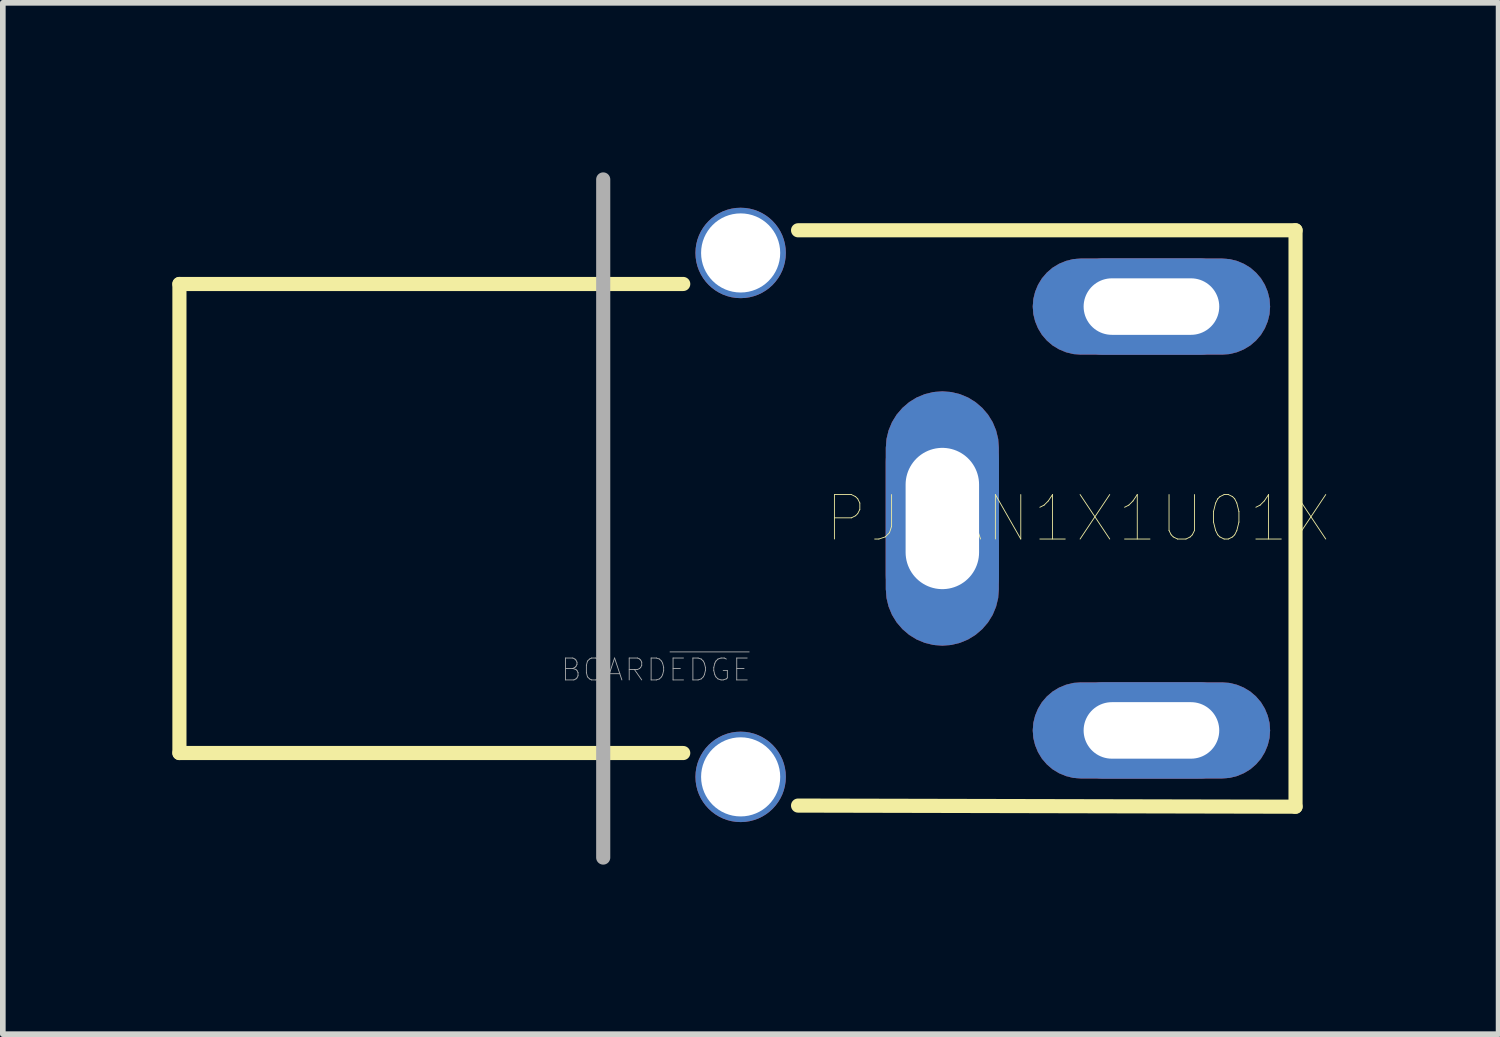
<source format=kicad_pcb>
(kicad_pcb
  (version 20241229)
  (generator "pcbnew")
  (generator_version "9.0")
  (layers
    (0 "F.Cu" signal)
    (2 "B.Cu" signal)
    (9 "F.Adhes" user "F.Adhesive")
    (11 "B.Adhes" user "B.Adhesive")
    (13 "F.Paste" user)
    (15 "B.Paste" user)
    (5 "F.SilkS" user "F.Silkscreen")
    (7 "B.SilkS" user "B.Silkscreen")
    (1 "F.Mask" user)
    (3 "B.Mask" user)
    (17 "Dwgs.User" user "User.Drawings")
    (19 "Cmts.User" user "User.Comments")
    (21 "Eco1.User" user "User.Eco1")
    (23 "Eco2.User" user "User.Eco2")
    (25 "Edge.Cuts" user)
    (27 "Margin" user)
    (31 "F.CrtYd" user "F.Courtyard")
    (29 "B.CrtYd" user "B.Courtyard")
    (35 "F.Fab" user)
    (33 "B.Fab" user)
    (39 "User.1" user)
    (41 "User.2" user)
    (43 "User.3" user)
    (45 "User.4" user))
  (footprint "PJRAN1X1U01X"
    (layer "F.Cu")
    (at 16.025 6.125)
    (property "Reference" "PJRAN1X1U01X" (at 0 0 0) (layer "F.SilkS") (effects (font (size 0.787 0.787) (thickness 0.015))))
    (attr through_hole)
    (fp_poly (pts (xy -1.401 -1.25) (xy -1.413 -1.406) (xy -1.45 -1.559) (xy -1.51 -1.704) (xy -1.592 -1.837) (xy -1.694 -1.956) (xy -1.813 -2.058) (xy -1.946 -2.14) (xy -2.091 -2.2) (xy -2.244 -2.237) (xy -2.4 -2.249) (xy -2.556 -2.237) (xy -2.709 -2.2) (xy -2.854 -2.14) (xy -2.987 -2.058) (xy -3.106 -1.956) (xy -3.208 -1.837) (xy -3.29 -1.704) (xy -3.35 -1.559) (xy -3.387 -1.406) (xy -3.399 -1.25) (xy -3.399 1.25) (xy -3.387 1.406) (xy -3.35 1.559) (xy -3.29 1.704) (xy -3.208 1.837) (xy -3.106 1.956) (xy -2.987 2.058) (xy -2.854 2.14) (xy -2.709 2.2) (xy -2.556 2.237) (xy -2.4 2.249) (xy -2.244 2.237) (xy -2.091 2.2) (xy -1.946 2.14) (xy -1.813 2.058) (xy -1.694 1.956) (xy -1.592 1.837) (xy -1.51 1.704) (xy -1.45 1.559) (xy -1.413 1.406) (xy -1.401 1.25)) (stroke (width 0.002) (type solid)) (fill yes) (layer "F.Cu"))
    (fp_poly (pts (xy 0.05 -4.599) (xy -0.083 -4.589) (xy -0.212 -4.557) (xy -0.335 -4.506) (xy -0.449 -4.437) (xy -0.55 -4.35) (xy -0.637 -4.249) (xy -0.706 -4.135) (xy -0.757 -4.012) (xy -0.789 -3.883) (xy -0.799 -3.75) (xy -0.789 -3.617) (xy -0.757 -3.488) (xy -0.706 -3.365) (xy -0.637 -3.251) (xy -0.55 -3.15) (xy -0.449 -3.063) (xy -0.335 -2.994) (xy -0.212 -2.943) (xy -0.083 -2.911) (xy 0.05 -2.901) (xy 2.55 -2.901) (xy 2.683 -2.911) (xy 2.812 -2.943) (xy 2.935 -2.994) (xy 3.049 -3.063) (xy 3.15 -3.15) (xy 3.237 -3.251) (xy 3.306 -3.365) (xy 3.357 -3.488) (xy 3.389 -3.617) (xy 3.399 -3.75) (xy 3.389 -3.883) (xy 3.357 -4.012) (xy 3.306 -4.135) (xy 3.237 -4.249) (xy 3.15 -4.35) (xy 3.049 -4.437) (xy 2.935 -4.506) (xy 2.812 -4.557) (xy 2.683 -4.589) (xy 2.55 -4.599)) (stroke (width 0.002) (type solid)) (fill yes) (layer "F.Cu"))
    (fp_poly (pts (xy 0.05 2.901) (xy -0.083 2.911) (xy -0.212 2.943) (xy -0.335 2.994) (xy -0.449 3.063) (xy -0.55 3.15) (xy -0.637 3.251) (xy -0.706 3.365) (xy -0.757 3.488) (xy -0.789 3.617) (xy -0.799 3.75) (xy -0.789 3.883) (xy -0.757 4.012) (xy -0.706 4.135) (xy -0.637 4.249) (xy -0.55 4.35) (xy -0.449 4.437) (xy -0.335 4.506) (xy -0.212 4.557) (xy -0.083 4.589) (xy 0.05 4.599) (xy 2.55 4.599) (xy 2.683 4.589) (xy 2.812 4.557) (xy 2.935 4.506) (xy 3.049 4.437) (xy 3.15 4.35) (xy 3.237 4.249) (xy 3.306 4.135) (xy 3.357 4.012) (xy 3.389 3.883) (xy 3.399 3.75) (xy 3.389 3.617) (xy 3.357 3.488) (xy 3.306 3.365) (xy 3.237 3.251) (xy 3.15 3.15) (xy 3.049 3.063) (xy 2.935 2.994) (xy 2.812 2.943) (xy 2.683 2.911) (xy 2.55 2.901)) (stroke (width 0.002) (type solid)) (fill yes) (layer "F.Cu"))
    (fp_poly (pts (xy -3.502 1.25) (xy -3.488 1.422) (xy -3.448 1.59) (xy -3.382 1.75) (xy -3.291 1.898) (xy -3.179 2.029) (xy -3.048 2.141) (xy -2.9 2.232) (xy -2.74 2.298) (xy -2.572 2.338) (xy -2.4 2.352) (xy -2.228 2.338) (xy -2.06 2.298) (xy -1.9 2.232) (xy -1.752 2.141) (xy -1.621 2.029) (xy -1.509 1.898) (xy -1.418 1.75) (xy -1.352 1.59) (xy -1.312 1.422) (xy -1.298 1.25) (xy -1.298 -1.25) (xy -1.312 -1.422) (xy -1.352 -1.59) (xy -1.418 -1.75) (xy -1.509 -1.898) (xy -1.621 -2.029) (xy -1.752 -2.141) (xy -1.9 -2.232) (xy -2.06 -2.298) (xy -2.228 -2.338) (xy -2.4 -2.352) (xy -2.572 -2.338) (xy -2.74 -2.298) (xy -2.9 -2.232) (xy -3.048 -2.141) (xy -3.179 -2.029) (xy -3.291 -1.898) (xy -3.382 -1.75) (xy -3.448 -1.59) (xy -3.488 -1.422) (xy -3.502 -1.25)) (stroke (width 0.002) (type solid)) (fill yes) (layer "F.Mask"))
    (fp_poly (pts (xy 0.05 -4.702) (xy -0.099 -4.69) (xy -0.244 -4.655) (xy -0.382 -4.598) (xy -0.509 -4.52) (xy -0.623 -4.423) (xy -0.72 -4.309) (xy -0.798 -4.182) (xy -0.855 -4.044) (xy -0.89 -3.899) (xy -0.902 -3.75) (xy -0.89 -3.601) (xy -0.855 -3.456) (xy -0.798 -3.318) (xy -0.72 -3.191) (xy -0.623 -3.077) (xy -0.509 -2.98) (xy -0.382 -2.902) (xy -0.244 -2.845) (xy -0.099 -2.81) (xy 0.05 -2.798) (xy 2.55 -2.798) (xy 2.699 -2.81) (xy 2.844 -2.845) (xy 2.982 -2.902) (xy 3.109 -2.98) (xy 3.223 -3.077) (xy 3.32 -3.191) (xy 3.398 -3.318) (xy 3.455 -3.456) (xy 3.49 -3.601) (xy 3.502 -3.75) (xy 3.49 -3.899) (xy 3.455 -4.044) (xy 3.398 -4.182) (xy 3.32 -4.309) (xy 3.223 -4.423) (xy 3.109 -4.52) (xy 2.982 -4.598) (xy 2.844 -4.655) (xy 2.699 -4.69) (xy 2.55 -4.702)) (stroke (width 0.002) (type solid)) (fill yes) (layer "F.Mask"))
    (fp_poly (pts (xy 0.05 2.798) (xy -0.099 2.81) (xy -0.244 2.845) (xy -0.382 2.902) (xy -0.509 2.98) (xy -0.623 3.077) (xy -0.72 3.191) (xy -0.798 3.318) (xy -0.855 3.456) (xy -0.89 3.601) (xy -0.902 3.75) (xy -0.89 3.899) (xy -0.855 4.044) (xy -0.798 4.182) (xy -0.72 4.309) (xy -0.623 4.423) (xy -0.509 4.52) (xy -0.382 4.598) (xy -0.244 4.655) (xy -0.099 4.69) (xy 0.05 4.702) (xy 2.55 4.702) (xy 2.699 4.69) (xy 2.844 4.655) (xy 2.982 4.598) (xy 3.109 4.52) (xy 3.223 4.423) (xy 3.32 4.309) (xy 3.398 4.182) (xy 3.455 4.044) (xy 3.49 3.899) (xy 3.502 3.75) (xy 3.49 3.601) (xy 3.455 3.456) (xy 3.398 3.318) (xy 3.32 3.191) (xy 3.223 3.077) (xy 3.109 2.98) (xy 2.982 2.902) (xy 2.844 2.845) (xy 2.699 2.81) (xy 2.55 2.798)) (stroke (width 0.002) (type solid)) (fill yes) (layer "F.Mask"))
    (fp_poly (pts (xy -1.401 -1.25) (xy -1.413 -1.406) (xy -1.45 -1.559) (xy -1.51 -1.704) (xy -1.592 -1.837) (xy -1.694 -1.956) (xy -1.813 -2.058) (xy -1.946 -2.14) (xy -2.091 -2.2) (xy -2.244 -2.237) (xy -2.4 -2.249) (xy -2.556 -2.237) (xy -2.709 -2.2) (xy -2.854 -2.14) (xy -2.987 -2.058) (xy -3.106 -1.956) (xy -3.208 -1.837) (xy -3.29 -1.704) (xy -3.35 -1.559) (xy -3.387 -1.406) (xy -3.399 -1.25) (xy -3.399 1.25) (xy -3.387 1.406) (xy -3.35 1.559) (xy -3.29 1.704) (xy -3.208 1.837) (xy -3.106 1.956) (xy -2.987 2.058) (xy -2.854 2.14) (xy -2.709 2.2) (xy -2.556 2.237) (xy -2.4 2.249) (xy -2.244 2.237) (xy -2.091 2.2) (xy -1.946 2.14) (xy -1.813 2.058) (xy -1.694 1.956) (xy -1.592 1.837) (xy -1.51 1.704) (xy -1.45 1.559) (xy -1.413 1.406) (xy -1.401 1.25)) (stroke (width 0.002) (type solid)) (fill yes) (layer "B.Cu"))
    (fp_poly (pts (xy 0.05 -4.599) (xy -0.083 -4.589) (xy -0.212 -4.557) (xy -0.335 -4.506) (xy -0.449 -4.437) (xy -0.55 -4.35) (xy -0.637 -4.249) (xy -0.706 -4.135) (xy -0.757 -4.012) (xy -0.789 -3.883) (xy -0.799 -3.75) (xy -0.789 -3.617) (xy -0.757 -3.488) (xy -0.706 -3.365) (xy -0.637 -3.251) (xy -0.55 -3.15) (xy -0.449 -3.063) (xy -0.335 -2.994) (xy -0.212 -2.943) (xy -0.083 -2.911) (xy 0.05 -2.901) (xy 2.55 -2.901) (xy 2.683 -2.911) (xy 2.812 -2.943) (xy 2.935 -2.994) (xy 3.049 -3.063) (xy 3.15 -3.15) (xy 3.237 -3.251) (xy 3.306 -3.365) (xy 3.357 -3.488) (xy 3.389 -3.617) (xy 3.399 -3.75) (xy 3.389 -3.883) (xy 3.357 -4.012) (xy 3.306 -4.135) (xy 3.237 -4.249) (xy 3.15 -4.35) (xy 3.049 -4.437) (xy 2.935 -4.506) (xy 2.812 -4.557) (xy 2.683 -4.589) (xy 2.55 -4.599)) (stroke (width 0.002) (type solid)) (fill yes) (layer "B.Cu"))
    (fp_poly (pts (xy 0.05 2.901) (xy -0.083 2.911) (xy -0.212 2.943) (xy -0.335 2.994) (xy -0.449 3.063) (xy -0.55 3.15) (xy -0.637 3.251) (xy -0.706 3.365) (xy -0.757 3.488) (xy -0.789 3.617) (xy -0.799 3.75) (xy -0.789 3.883) (xy -0.757 4.012) (xy -0.706 4.135) (xy -0.637 4.249) (xy -0.55 4.35) (xy -0.449 4.437) (xy -0.335 4.506) (xy -0.212 4.557) (xy -0.083 4.589) (xy 0.05 4.599) (xy 2.55 4.599) (xy 2.683 4.589) (xy 2.812 4.557) (xy 2.935 4.506) (xy 3.049 4.437) (xy 3.15 4.35) (xy 3.237 4.249) (xy 3.306 4.135) (xy 3.357 4.012) (xy 3.389 3.883) (xy 3.399 3.75) (xy 3.389 3.617) (xy 3.357 3.488) (xy 3.306 3.365) (xy 3.237 3.251) (xy 3.15 3.15) (xy 3.049 3.063) (xy 2.935 2.994) (xy 2.812 2.943) (xy 2.683 2.911) (xy 2.55 2.901)) (stroke (width 0.002) (type solid)) (fill yes) (layer "B.Cu"))
    (fp_poly (pts (xy -3.502 1.25) (xy -3.488 1.422) (xy -3.448 1.59) (xy -3.382 1.75) (xy -3.291 1.898) (xy -3.179 2.029) (xy -3.048 2.141) (xy -2.9 2.232) (xy -2.74 2.298) (xy -2.572 2.338) (xy -2.4 2.352) (xy -2.228 2.338) (xy -2.06 2.298) (xy -1.9 2.232) (xy -1.752 2.141) (xy -1.621 2.029) (xy -1.509 1.898) (xy -1.418 1.75) (xy -1.352 1.59) (xy -1.312 1.422) (xy -1.298 1.25) (xy -1.298 -1.25) (xy -1.312 -1.422) (xy -1.352 -1.59) (xy -1.418 -1.75) (xy -1.509 -1.898) (xy -1.621 -2.029) (xy -1.752 -2.141) (xy -1.9 -2.232) (xy -2.06 -2.298) (xy -2.228 -2.338) (xy -2.4 -2.352) (xy -2.572 -2.338) (xy -2.74 -2.298) (xy -2.9 -2.232) (xy -3.048 -2.141) (xy -3.179 -2.029) (xy -3.291 -1.898) (xy -3.382 -1.75) (xy -3.448 -1.59) (xy -3.488 -1.422) (xy -3.502 -1.25)) (stroke (width 0.002) (type solid)) (fill yes) (layer "B.Mask"))
    (fp_poly (pts (xy 0.05 -4.702) (xy -0.099 -4.69) (xy -0.244 -4.655) (xy -0.382 -4.598) (xy -0.509 -4.52) (xy -0.623 -4.423) (xy -0.72 -4.309) (xy -0.798 -4.182) (xy -0.855 -4.044) (xy -0.89 -3.899) (xy -0.902 -3.75) (xy -0.89 -3.601) (xy -0.855 -3.456) (xy -0.798 -3.318) (xy -0.72 -3.191) (xy -0.623 -3.077) (xy -0.509 -2.98) (xy -0.382 -2.902) (xy -0.244 -2.845) (xy -0.099 -2.81) (xy 0.05 -2.798) (xy 2.55 -2.798) (xy 2.699 -2.81) (xy 2.844 -2.845) (xy 2.982 -2.902) (xy 3.109 -2.98) (xy 3.223 -3.077) (xy 3.32 -3.191) (xy 3.398 -3.318) (xy 3.455 -3.456) (xy 3.49 -3.601) (xy 3.502 -3.75) (xy 3.49 -3.899) (xy 3.455 -4.044) (xy 3.398 -4.182) (xy 3.32 -4.309) (xy 3.223 -4.423) (xy 3.109 -4.52) (xy 2.982 -4.598) (xy 2.844 -4.655) (xy 2.699 -4.69) (xy 2.55 -4.702)) (stroke (width 0.002) (type solid)) (fill yes) (layer "B.Mask"))
    (fp_poly (pts (xy 0.05 2.798) (xy -0.099 2.81) (xy -0.244 2.845) (xy -0.382 2.902) (xy -0.509 2.98) (xy -0.623 3.077) (xy -0.72 3.191) (xy -0.798 3.318) (xy -0.855 3.456) (xy -0.89 3.601) (xy -0.902 3.75) (xy -0.89 3.899) (xy -0.855 4.044) (xy -0.798 4.182) (xy -0.72 4.309) (xy -0.623 4.423) (xy -0.509 4.52) (xy -0.382 4.598) (xy -0.244 4.655) (xy -0.099 4.69) (xy 0.05 4.702) (xy 2.55 4.702) (xy 2.699 4.69) (xy 2.844 4.655) (xy 2.982 4.598) (xy 3.109 4.52) (xy 3.223 4.423) (xy 3.32 4.309) (xy 3.398 4.182) (xy 3.455 4.044) (xy 3.49 3.899) (xy 3.502 3.75) (xy 3.49 3.601) (xy 3.455 3.456) (xy 3.398 3.318) (xy 3.32 3.191) (xy 3.223 3.077) (xy 3.109 2.98) (xy 2.982 2.902) (xy 2.844 2.845) (xy 2.699 2.81) (xy 2.55 2.798)) (stroke (width 0.002) (type solid)) (fill yes) (layer "B.Mask"))
    (fp_line (start -15.9 -4.15) (end -6.985 -4.15) (stroke (width 0.25) (type solid)) (layer "F.SilkS"))
    (fp_line (start -15.9 4.15) (end -15.9 -4.15) (stroke (width 0.25) (type solid)) (layer "F.SilkS"))
    (fp_line (start -6.985 4.15) (end -15.9 4.15) (stroke (width 0.25) (type solid)) (layer "F.SilkS"))
    (fp_line (start -4.953 -5.1) (end 3.85 -5.1) (stroke (width 0.25) (type solid)) (layer "F.SilkS"))
    (fp_line (start 3.85 -5.1) (end 3.85 5.1) (stroke (width 0.25) (type solid)) (layer "F.SilkS"))
    (fp_line (start 3.85 5.1) (end -4.953 5.08) (stroke (width 0.25) (type solid)) (layer "F.SilkS"))
    (fp_line (start -8.401 -6) (end -8.401 6) (stroke (width 0.25) (type solid)) (layer "F.Fab"))
    (fp_text user "BOARD~{EDGE}" (at -7.47 2.678 0) (layer "F.Fab") (effects (font (size 0.388 0.388) (thickness 0.015))))
    (pad "1" thru_hole oval (at -2.4 0) (size 2 4) (drill oval 1.3 2.5) (layers "*.Cu"))
    (pad "2" thru_hole oval (at 1.3 -3.75) (size 3.4 1.7) (drill oval 2.4 1) (layers "*.Cu"))
    (pad "3" thru_hole oval (at 1.3 3.75) (size 3.4 1.7) (drill oval 2.4 1) (layers "*.Cu"))
    (pad "4" thru_hole circle (at -5.969 -4.699) (size 1.6 1.6) (drill 1.4) (layers "*.Cu" "*.Mask"))
    (pad "4" thru_hole circle (at -5.969 4.572) (size 1.6 1.6) (drill 1.4) (layers "*.Cu" "*.Mask")))
  (gr_rect
    (start -3 -3)
    (end 23.468 15.25)
    (stroke (width 0.1) (type default))
    (fill no)
    (layer "Edge.Cuts")))
</source>
